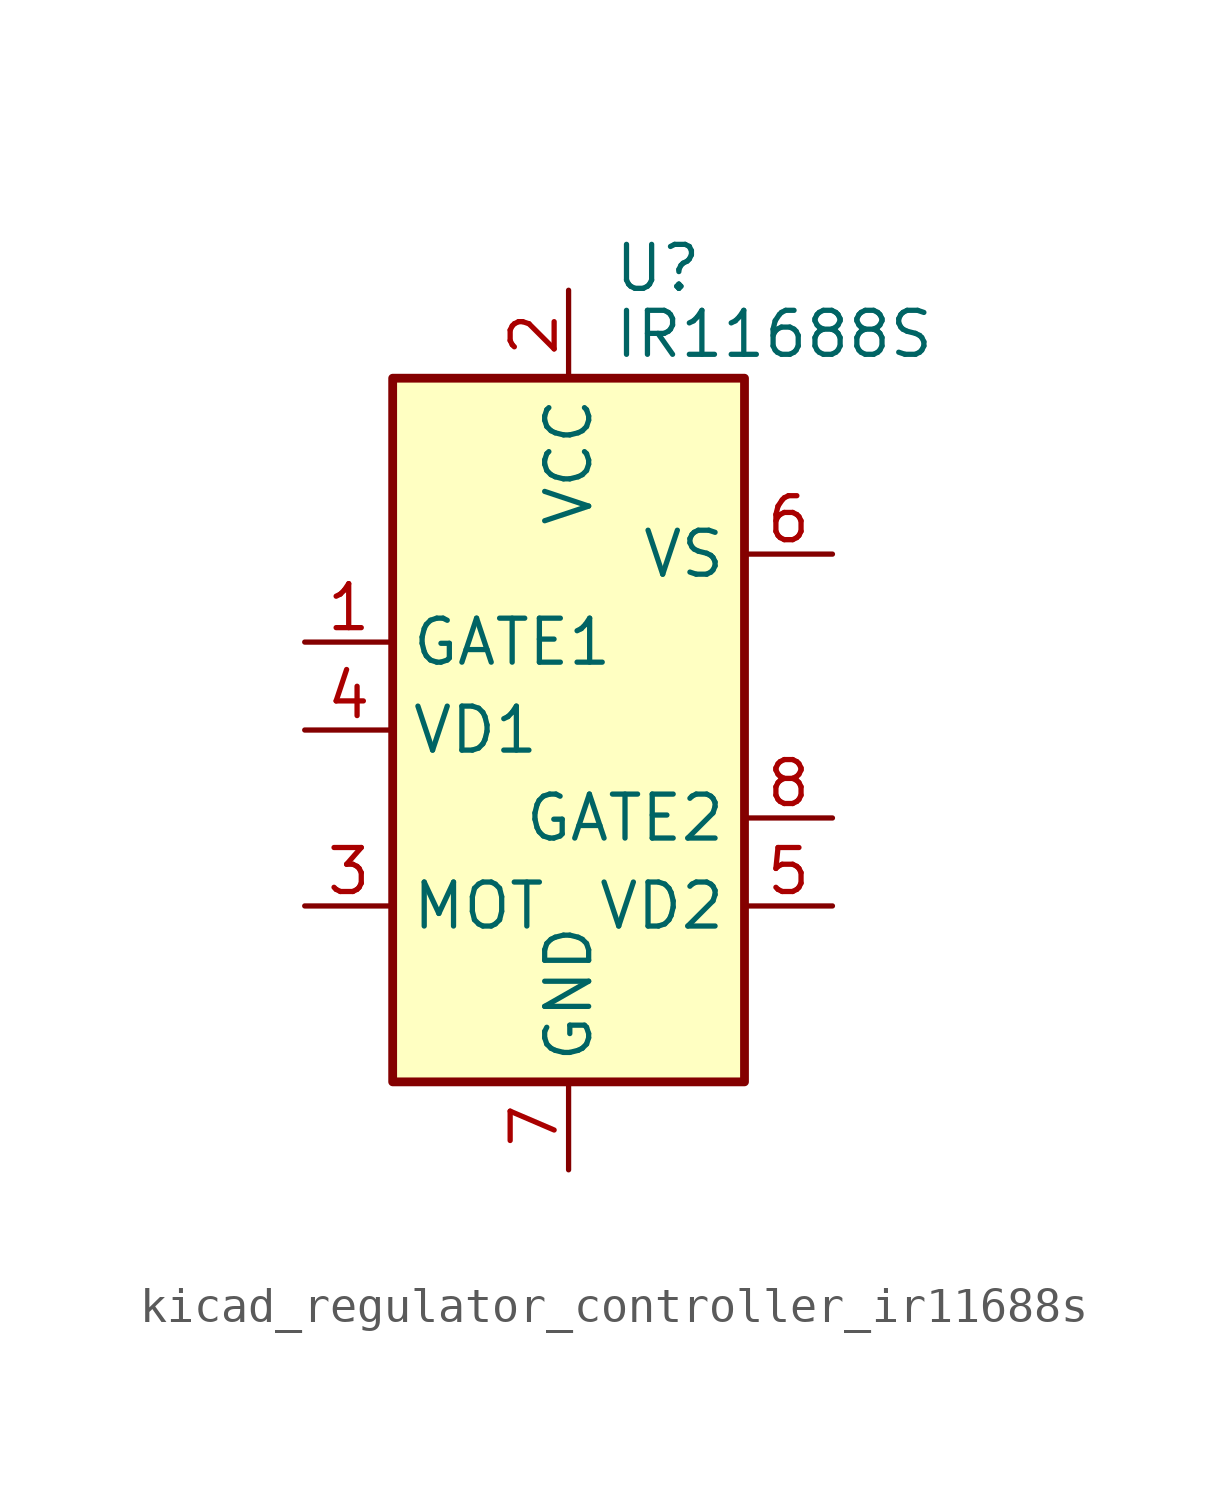
<source format=kicad_sym>
(kicad_symbol_lib
  (version 20220914)
  (generator kicad_symbol_editor)
  (symbol "kicad_regulator_controller_ir11688s"
    (property "Reference" "U"
      (at 1.27 13.335 0)
      (effects (font (size 1.27 1.27)) (justify left)))
    (property "Value" "IR11688S"
      (at 1.27 11.43 0)
      (effects (font (size 1.27 1.27)) (justify left)))
    (symbol "kicad_regulator_controller_ir11688s_0_1"
      (rectangle (start -5.08 -10.16) (end 5.08 10.16) (stroke (width 0.254) (type default)) (fill (type background))))
    (symbol "kicad_regulator_controller_ir11688s_1_1"
      (pin output line (at -7.62 2.54 0) (length 2.54) (name "GATE1" (effects (font (size 1.27 1.27)))) (number "1" (effects (font (size 1.27 1.27)))))
      (pin power_in line (at 0 12.7 270) (length 2.54) (name "VCC" (effects (font (size 1.27 1.27)))) (number "2" (effects (font (size 1.27 1.27)))))
      (pin passive line (at -7.62 -5.08 0) (length 2.54) (name "MOT" (effects (font (size 1.27 1.27)))) (number "3" (effects (font (size 1.27 1.27)))))
      (pin input line (at -7.62 0 0) (length 2.54) (name "VD1" (effects (font (size 1.27 1.27)))) (number "4" (effects (font (size 1.27 1.27)))))
      (pin input line (at 7.62 -5.08 180) (length 2.54) (name "VD2" (effects (font (size 1.27 1.27)))) (number "5" (effects (font (size 1.27 1.27)))))
      (pin input line (at 7.62 5.08 180) (length 2.54) (name "VS" (effects (font (size 1.27 1.27)))) (number "6" (effects (font (size 1.27 1.27)))))
      (pin power_in line (at 0 -12.7 90) (length 2.54) (name "GND" (effects (font (size 1.27 1.27)))) (number "7" (effects (font (size 1.27 1.27)))))
      (pin output line (at 7.62 -2.54 180) (length 2.54) (name "GATE2" (effects (font (size 1.27 1.27)))) (number "8" (effects (font (size 1.27 1.27))))))))
</source>
